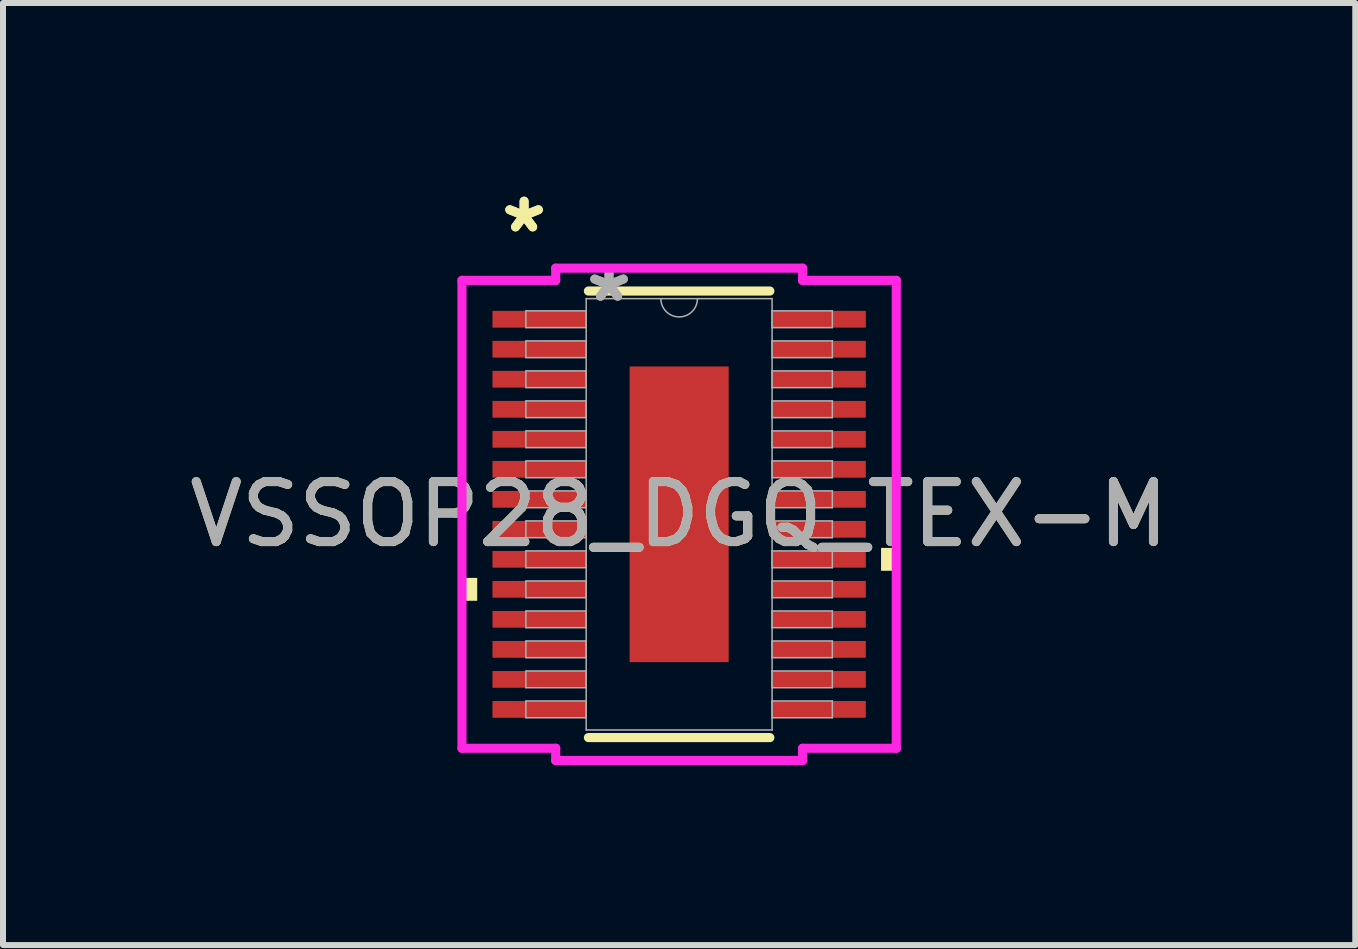
<source format=kicad_pcb>
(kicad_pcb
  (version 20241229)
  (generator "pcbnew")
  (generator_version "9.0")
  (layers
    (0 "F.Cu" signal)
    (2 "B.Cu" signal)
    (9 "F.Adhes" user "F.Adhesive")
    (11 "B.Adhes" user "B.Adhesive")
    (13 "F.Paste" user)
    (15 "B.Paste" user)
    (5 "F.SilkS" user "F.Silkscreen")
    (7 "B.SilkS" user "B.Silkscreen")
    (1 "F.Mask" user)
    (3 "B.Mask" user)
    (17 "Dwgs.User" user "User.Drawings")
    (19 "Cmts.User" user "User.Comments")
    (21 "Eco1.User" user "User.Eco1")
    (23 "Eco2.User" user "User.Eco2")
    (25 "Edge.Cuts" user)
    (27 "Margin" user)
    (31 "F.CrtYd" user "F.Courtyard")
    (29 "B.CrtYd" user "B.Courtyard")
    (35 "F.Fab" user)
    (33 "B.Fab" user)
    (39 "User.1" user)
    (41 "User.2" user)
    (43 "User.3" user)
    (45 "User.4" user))
  (footprint "VSSOP28_DGQ_TEX-M"
    (layer "F.Cu")
    (at 8.268 5.521)
    (property "Reference" "VSSOP28_DGQ_TEX-M" (at 0 0 0) (unlocked yes) (layer "F.SilkS") (effects (font (size 1 1) (thickness 0.15))))
    (attr smd)
    (fp_line (start -1.512 3.721) (end 1.512 3.721) (stroke (width 0.152) (type solid)) (layer "F.SilkS"))
    (fp_line (start 1.512 -3.721) (end -1.512 -3.721) (stroke (width 0.152) (type solid)) (layer "F.SilkS"))
    (fp_poly (pts (xy -3.619 1.06) (xy -3.619 1.441) (xy -3.365 1.441) (xy -3.365 1.06)) (stroke (width 0) (type solid)) (fill yes) (layer "F.SilkS"))
    (fp_poly (pts (xy 3.619 0.56) (xy 3.619 0.941) (xy 3.365 0.941) (xy 3.365 0.56)) (stroke (width 0) (type solid)) (fill yes) (layer "F.SilkS"))
    (fp_poly (pts (xy -0.726 -2.364) (xy -0.726 -0.921) (xy 0.726 -0.921) (xy 0.726 -2.364)) (stroke (width 0) (type solid)) (fill yes) (layer "F.Paste"))
    (fp_poly (pts (xy -0.726 -0.721) (xy -0.726 0.721) (xy 0.726 0.721) (xy 0.726 -0.721)) (stroke (width 0) (type solid)) (fill yes) (layer "F.Paste"))
    (fp_poly (pts (xy -0.726 0.921) (xy -0.726 2.364) (xy 0.726 2.364) (xy 0.726 0.921)) (stroke (width 0) (type solid)) (fill yes) (layer "F.Paste"))
    (fp_line (start -3.619 -3.899) (end -2.057 -3.899) (stroke (width 0.152) (type solid)) (layer "F.CrtYd"))
    (fp_line (start -3.619 3.899) (end -3.619 -3.899) (stroke (width 0.152) (type solid)) (layer "F.CrtYd"))
    (fp_line (start -3.619 3.899) (end -2.057 3.899) (stroke (width 0.152) (type solid)) (layer "F.CrtYd"))
    (fp_line (start -2.057 -4.102) (end 2.057 -4.102) (stroke (width 0.152) (type solid)) (layer "F.CrtYd"))
    (fp_line (start -2.057 -3.899) (end -2.057 -4.102) (stroke (width 0.152) (type solid)) (layer "F.CrtYd"))
    (fp_line (start -2.057 4.102) (end -2.057 3.899) (stroke (width 0.152) (type solid)) (layer "F.CrtYd"))
    (fp_line (start 2.057 -4.102) (end 2.057 -3.899) (stroke (width 0.152) (type solid)) (layer "F.CrtYd"))
    (fp_line (start 2.057 3.899) (end 2.057 4.102) (stroke (width 0.152) (type solid)) (layer "F.CrtYd"))
    (fp_line (start 2.057 4.102) (end -2.057 4.102) (stroke (width 0.152) (type solid)) (layer "F.CrtYd"))
    (fp_line (start 3.619 -3.899) (end 2.057 -3.899) (stroke (width 0.152) (type solid)) (layer "F.CrtYd"))
    (fp_line (start 3.619 -3.899) (end 3.619 3.899) (stroke (width 0.152) (type solid)) (layer "F.CrtYd"))
    (fp_line (start 3.619 3.899) (end 2.057 3.899) (stroke (width 0.152) (type solid)) (layer "F.CrtYd"))
    (fp_line (start -2.553 -3.391) (end -2.553 -3.111) (stroke (width 0.025) (type solid)) (layer "F.Fab"))
    (fp_line (start -2.553 -3.111) (end -1.549 -3.111) (stroke (width 0.025) (type solid)) (layer "F.Fab"))
    (fp_line (start -2.553 -2.89) (end -2.553 -2.611) (stroke (width 0.025) (type solid)) (layer "F.Fab"))
    (fp_line (start -2.553 -2.611) (end -1.549 -2.611) (stroke (width 0.025) (type solid)) (layer "F.Fab"))
    (fp_line (start -2.553 -2.39) (end -2.553 -2.111) (stroke (width 0.025) (type solid)) (layer "F.Fab"))
    (fp_line (start -2.553 -2.111) (end -1.549 -2.111) (stroke (width 0.025) (type solid)) (layer "F.Fab"))
    (fp_line (start -2.553 -1.89) (end -2.553 -1.611) (stroke (width 0.025) (type solid)) (layer "F.Fab"))
    (fp_line (start -2.553 -1.611) (end -1.549 -1.611) (stroke (width 0.025) (type solid)) (layer "F.Fab"))
    (fp_line (start -2.553 -1.39) (end -2.553 -1.111) (stroke (width 0.025) (type solid)) (layer "F.Fab"))
    (fp_line (start -2.553 -1.111) (end -1.549 -1.111) (stroke (width 0.025) (type solid)) (layer "F.Fab"))
    (fp_line (start -2.553 -0.89) (end -2.553 -0.61) (stroke (width 0.025) (type solid)) (layer "F.Fab"))
    (fp_line (start -2.553 -0.61) (end -1.549 -0.61) (stroke (width 0.025) (type solid)) (layer "F.Fab"))
    (fp_line (start -2.553 -0.39) (end -2.553 -0.11) (stroke (width 0.025) (type solid)) (layer "F.Fab"))
    (fp_line (start -2.553 -0.11) (end -1.549 -0.11) (stroke (width 0.025) (type solid)) (layer "F.Fab"))
    (fp_line (start -2.553 0.11) (end -2.553 0.39) (stroke (width 0.025) (type solid)) (layer "F.Fab"))
    (fp_line (start -2.553 0.39) (end -1.549 0.39) (stroke (width 0.025) (type solid)) (layer "F.Fab"))
    (fp_line (start -2.553 0.61) (end -2.553 0.89) (stroke (width 0.025) (type solid)) (layer "F.Fab"))
    (fp_line (start -2.553 0.89) (end -1.549 0.89) (stroke (width 0.025) (type solid)) (layer "F.Fab"))
    (fp_line (start -2.553 1.111) (end -2.553 1.39) (stroke (width 0.025) (type solid)) (layer "F.Fab"))
    (fp_line (start -2.553 1.39) (end -1.549 1.39) (stroke (width 0.025) (type solid)) (layer "F.Fab"))
    (fp_line (start -2.553 1.611) (end -2.553 1.89) (stroke (width 0.025) (type solid)) (layer "F.Fab"))
    (fp_line (start -2.553 1.89) (end -1.549 1.89) (stroke (width 0.025) (type solid)) (layer "F.Fab"))
    (fp_line (start -2.553 2.111) (end -2.553 2.39) (stroke (width 0.025) (type solid)) (layer "F.Fab"))
    (fp_line (start -2.553 2.39) (end -1.549 2.39) (stroke (width 0.025) (type solid)) (layer "F.Fab"))
    (fp_line (start -2.553 2.611) (end -2.553 2.89) (stroke (width 0.025) (type solid)) (layer "F.Fab"))
    (fp_line (start -2.553 2.89) (end -1.549 2.89) (stroke (width 0.025) (type solid)) (layer "F.Fab"))
    (fp_line (start -2.553 3.111) (end -2.553 3.391) (stroke (width 0.025) (type solid)) (layer "F.Fab"))
    (fp_line (start -2.553 3.391) (end -1.549 3.391) (stroke (width 0.025) (type solid)) (layer "F.Fab"))
    (fp_line (start -1.549 -3.594) (end -1.549 3.594) (stroke (width 0.025) (type solid)) (layer "F.Fab"))
    (fp_line (start -1.549 -3.391) (end -2.553 -3.391) (stroke (width 0.025) (type solid)) (layer "F.Fab"))
    (fp_line (start -1.549 -3.111) (end -1.549 -3.391) (stroke (width 0.025) (type solid)) (layer "F.Fab"))
    (fp_line (start -1.549 -2.89) (end -2.553 -2.89) (stroke (width 0.025) (type solid)) (layer "F.Fab"))
    (fp_line (start -1.549 -2.611) (end -1.549 -2.89) (stroke (width 0.025) (type solid)) (layer "F.Fab"))
    (fp_line (start -1.549 -2.39) (end -2.553 -2.39) (stroke (width 0.025) (type solid)) (layer "F.Fab"))
    (fp_line (start -1.549 -2.111) (end -1.549 -2.39) (stroke (width 0.025) (type solid)) (layer "F.Fab"))
    (fp_line (start -1.549 -1.89) (end -2.553 -1.89) (stroke (width 0.025) (type solid)) (layer "F.Fab"))
    (fp_line (start -1.549 -1.611) (end -1.549 -1.89) (stroke (width 0.025) (type solid)) (layer "F.Fab"))
    (fp_line (start -1.549 -1.39) (end -2.553 -1.39) (stroke (width 0.025) (type solid)) (layer "F.Fab"))
    (fp_line (start -1.549 -1.111) (end -1.549 -1.39) (stroke (width 0.025) (type solid)) (layer "F.Fab"))
    (fp_line (start -1.549 -0.89) (end -2.553 -0.89) (stroke (width 0.025) (type solid)) (layer "F.Fab"))
    (fp_line (start -1.549 -0.61) (end -1.549 -0.89) (stroke (width 0.025) (type solid)) (layer "F.Fab"))
    (fp_line (start -1.549 -0.39) (end -2.553 -0.39) (stroke (width 0.025) (type solid)) (layer "F.Fab"))
    (fp_line (start -1.549 -0.11) (end -1.549 -0.39) (stroke (width 0.025) (type solid)) (layer "F.Fab"))
    (fp_line (start -1.549 0.11) (end -2.553 0.11) (stroke (width 0.025) (type solid)) (layer "F.Fab"))
    (fp_line (start -1.549 0.39) (end -1.549 0.11) (stroke (width 0.025) (type solid)) (layer "F.Fab"))
    (fp_line (start -1.549 0.61) (end -2.553 0.61) (stroke (width 0.025) (type solid)) (layer "F.Fab"))
    (fp_line (start -1.549 0.89) (end -1.549 0.61) (stroke (width 0.025) (type solid)) (layer "F.Fab"))
    (fp_line (start -1.549 1.111) (end -2.553 1.111) (stroke (width 0.025) (type solid)) (layer "F.Fab"))
    (fp_line (start -1.549 1.39) (end -1.549 1.111) (stroke (width 0.025) (type solid)) (layer "F.Fab"))
    (fp_line (start -1.549 1.611) (end -2.553 1.611) (stroke (width 0.025) (type solid)) (layer "F.Fab"))
    (fp_line (start -1.549 1.89) (end -1.549 1.611) (stroke (width 0.025) (type solid)) (layer "F.Fab"))
    (fp_line (start -1.549 2.111) (end -2.553 2.111) (stroke (width 0.025) (type solid)) (layer "F.Fab"))
    (fp_line (start -1.549 2.39) (end -1.549 2.111) (stroke (width 0.025) (type solid)) (layer "F.Fab"))
    (fp_line (start -1.549 2.611) (end -2.553 2.611) (stroke (width 0.025) (type solid)) (layer "F.Fab"))
    (fp_line (start -1.549 2.89) (end -1.549 2.611) (stroke (width 0.025) (type solid)) (layer "F.Fab"))
    (fp_line (start -1.549 3.111) (end -2.553 3.111) (stroke (width 0.025) (type solid)) (layer "F.Fab"))
    (fp_line (start -1.549 3.391) (end -1.549 3.111) (stroke (width 0.025) (type solid)) (layer "F.Fab"))
    (fp_line (start -1.549 3.594) (end 1.549 3.594) (stroke (width 0.025) (type solid)) (layer "F.Fab"))
    (fp_line (start 1.549 -3.594) (end -1.549 -3.594) (stroke (width 0.025) (type solid)) (layer "F.Fab"))
    (fp_line (start 1.549 -3.391) (end 1.549 -3.111) (stroke (width 0.025) (type solid)) (layer "F.Fab"))
    (fp_line (start 1.549 -3.111) (end 2.553 -3.111) (stroke (width 0.025) (type solid)) (layer "F.Fab"))
    (fp_line (start 1.549 -2.89) (end 1.549 -2.611) (stroke (width 0.025) (type solid)) (layer "F.Fab"))
    (fp_line (start 1.549 -2.611) (end 2.553 -2.611) (stroke (width 0.025) (type solid)) (layer "F.Fab"))
    (fp_line (start 1.549 -2.39) (end 1.549 -2.111) (stroke (width 0.025) (type solid)) (layer "F.Fab"))
    (fp_line (start 1.549 -2.111) (end 2.553 -2.111) (stroke (width 0.025) (type solid)) (layer "F.Fab"))
    (fp_line (start 1.549 -1.89) (end 1.549 -1.611) (stroke (width 0.025) (type solid)) (layer "F.Fab"))
    (fp_line (start 1.549 -1.611) (end 2.553 -1.611) (stroke (width 0.025) (type solid)) (layer "F.Fab"))
    (fp_line (start 1.549 -1.39) (end 1.549 -1.111) (stroke (width 0.025) (type solid)) (layer "F.Fab"))
    (fp_line (start 1.549 -1.111) (end 2.553 -1.111) (stroke (width 0.025) (type solid)) (layer "F.Fab"))
    (fp_line (start 1.549 -0.89) (end 1.549 -0.61) (stroke (width 0.025) (type solid)) (layer "F.Fab"))
    (fp_line (start 1.549 -0.61) (end 2.553 -0.61) (stroke (width 0.025) (type solid)) (layer "F.Fab"))
    (fp_line (start 1.549 -0.39) (end 1.549 -0.11) (stroke (width 0.025) (type solid)) (layer "F.Fab"))
    (fp_line (start 1.549 -0.11) (end 2.553 -0.11) (stroke (width 0.025) (type solid)) (layer "F.Fab"))
    (fp_line (start 1.549 0.11) (end 1.549 0.39) (stroke (width 0.025) (type solid)) (layer "F.Fab"))
    (fp_line (start 1.549 0.39) (end 2.553 0.39) (stroke (width 0.025) (type solid)) (layer "F.Fab"))
    (fp_line (start 1.549 0.61) (end 1.549 0.89) (stroke (width 0.025) (type solid)) (layer "F.Fab"))
    (fp_line (start 1.549 0.89) (end 2.553 0.89) (stroke (width 0.025) (type solid)) (layer "F.Fab"))
    (fp_line (start 1.549 1.111) (end 1.549 1.39) (stroke (width 0.025) (type solid)) (layer "F.Fab"))
    (fp_line (start 1.549 1.39) (end 2.553 1.39) (stroke (width 0.025) (type solid)) (layer "F.Fab"))
    (fp_line (start 1.549 1.611) (end 1.549 1.89) (stroke (width 0.025) (type solid)) (layer "F.Fab"))
    (fp_line (start 1.549 1.89) (end 2.553 1.89) (stroke (width 0.025) (type solid)) (layer "F.Fab"))
    (fp_line (start 1.549 2.111) (end 1.549 2.39) (stroke (width 0.025) (type solid)) (layer "F.Fab"))
    (fp_line (start 1.549 2.39) (end 2.553 2.39) (stroke (width 0.025) (type solid)) (layer "F.Fab"))
    (fp_line (start 1.549 2.611) (end 1.549 2.89) (stroke (width 0.025) (type solid)) (layer "F.Fab"))
    (fp_line (start 1.549 2.89) (end 2.553 2.89) (stroke (width 0.025) (type solid)) (layer "F.Fab"))
    (fp_line (start 1.549 3.111) (end 1.549 3.391) (stroke (width 0.025) (type solid)) (layer "F.Fab"))
    (fp_line (start 1.549 3.391) (end 2.553 3.391) (stroke (width 0.025) (type solid)) (layer "F.Fab"))
    (fp_line (start 1.549 3.594) (end 1.549 -3.594) (stroke (width 0.025) (type solid)) (layer "F.Fab"))
    (fp_line (start 2.553 -3.391) (end 1.549 -3.391) (stroke (width 0.025) (type solid)) (layer "F.Fab"))
    (fp_line (start 2.553 -3.111) (end 2.553 -3.391) (stroke (width 0.025) (type solid)) (layer "F.Fab"))
    (fp_line (start 2.553 -2.89) (end 1.549 -2.89) (stroke (width 0.025) (type solid)) (layer "F.Fab"))
    (fp_line (start 2.553 -2.611) (end 2.553 -2.89) (stroke (width 0.025) (type solid)) (layer "F.Fab"))
    (fp_line (start 2.553 -2.39) (end 1.549 -2.39) (stroke (width 0.025) (type solid)) (layer "F.Fab"))
    (fp_line (start 2.553 -2.111) (end 2.553 -2.39) (stroke (width 0.025) (type solid)) (layer "F.Fab"))
    (fp_line (start 2.553 -1.89) (end 1.549 -1.89) (stroke (width 0.025) (type solid)) (layer "F.Fab"))
    (fp_line (start 2.553 -1.611) (end 2.553 -1.89) (stroke (width 0.025) (type solid)) (layer "F.Fab"))
    (fp_line (start 2.553 -1.39) (end 1.549 -1.39) (stroke (width 0.025) (type solid)) (layer "F.Fab"))
    (fp_line (start 2.553 -1.111) (end 2.553 -1.39) (stroke (width 0.025) (type solid)) (layer "F.Fab"))
    (fp_line (start 2.553 -0.89) (end 1.549 -0.89) (stroke (width 0.025) (type solid)) (layer "F.Fab"))
    (fp_line (start 2.553 -0.61) (end 2.553 -0.89) (stroke (width 0.025) (type solid)) (layer "F.Fab"))
    (fp_line (start 2.553 -0.39) (end 1.549 -0.39) (stroke (width 0.025) (type solid)) (layer "F.Fab"))
    (fp_line (start 2.553 -0.11) (end 2.553 -0.39) (stroke (width 0.025) (type solid)) (layer "F.Fab"))
    (fp_line (start 2.553 0.11) (end 1.549 0.11) (stroke (width 0.025) (type solid)) (layer "F.Fab"))
    (fp_line (start 2.553 0.39) (end 2.553 0.11) (stroke (width 0.025) (type solid)) (layer "F.Fab"))
    (fp_line (start 2.553 0.61) (end 1.549 0.61) (stroke (width 0.025) (type solid)) (layer "F.Fab"))
    (fp_line (start 2.553 0.89) (end 2.553 0.61) (stroke (width 0.025) (type solid)) (layer "F.Fab"))
    (fp_line (start 2.553 1.111) (end 1.549 1.111) (stroke (width 0.025) (type solid)) (layer "F.Fab"))
    (fp_line (start 2.553 1.39) (end 2.553 1.111) (stroke (width 0.025) (type solid)) (layer "F.Fab"))
    (fp_line (start 2.553 1.611) (end 1.549 1.611) (stroke (width 0.025) (type solid)) (layer "F.Fab"))
    (fp_line (start 2.553 1.89) (end 2.553 1.611) (stroke (width 0.025) (type solid)) (layer "F.Fab"))
    (fp_line (start 2.553 2.111) (end 1.549 2.111) (stroke (width 0.025) (type solid)) (layer "F.Fab"))
    (fp_line (start 2.553 2.39) (end 2.553 2.111) (stroke (width 0.025) (type solid)) (layer "F.Fab"))
    (fp_line (start 2.553 2.611) (end 1.549 2.611) (stroke (width 0.025) (type solid)) (layer "F.Fab"))
    (fp_line (start 2.553 2.89) (end 2.553 2.611) (stroke (width 0.025) (type solid)) (layer "F.Fab"))
    (fp_line (start 2.553 3.111) (end 1.549 3.111) (stroke (width 0.025) (type solid)) (layer "F.Fab"))
    (fp_line (start 2.553 3.391) (end 2.553 3.111) (stroke (width 0.025) (type solid)) (layer "F.Fab"))
    (fp_arc (start 0.3048 -3.5941) (mid 0 -3.2893) (end -0.3048 -3.5941) (stroke (width 0.0254) (type solid)) (layer "F.Fab"))
    (fp_text user "*" (at -2.584 -4.673 0) (unlocked yes) (layer "F.SilkS") (effects (font (size 1 1) (thickness 0.15))))
    (fp_text user "*" (at -2.584 -4.673 0) (layer "F.SilkS") (effects (font (size 1 1) (thickness 0.15))))
    (fp_text user "*" (at -1.168 -3.518 0) (unlocked yes) (layer "F.Fab") (effects (font (size 1 1) (thickness 0.15))))
    (fp_text user "*" (at -1.168 -3.518 0) (layer "F.Fab") (effects (font (size 1 1) (thickness 0.15))))
    (fp_text user "${REFERENCE}" (at 0 0 0) (unlocked yes) (layer "F.Fab") (effects (font (size 1 1) (thickness 0.15))))
    (pad "1" smd rect (at -2.33 -3.251) (size 1.562 0.279) (layers "F.Cu" "F.Mask" "F.Paste"))
    (pad "2" smd rect (at -2.33 -2.751) (size 1.562 0.279) (layers "F.Cu" "F.Mask" "F.Paste"))
    (pad "3" smd rect (at -2.33 -2.251) (size 1.562 0.279) (layers "F.Cu" "F.Mask" "F.Paste"))
    (pad "4" smd rect (at -2.33 -1.75) (size 1.562 0.279) (layers "F.Cu" "F.Mask" "F.Paste"))
    (pad "5" smd rect (at -2.33 -1.25) (size 1.562 0.279) (layers "F.Cu" "F.Mask" "F.Paste"))
    (pad "6" smd rect (at -2.33 -0.75) (size 1.562 0.279) (layers "F.Cu" "F.Mask" "F.Paste"))
    (pad "7" smd rect (at -2.33 -0.25) (size 1.562 0.279) (layers "F.Cu" "F.Mask" "F.Paste"))
    (pad "8" smd rect (at -2.33 0.25) (size 1.562 0.279) (layers "F.Cu" "F.Mask" "F.Paste"))
    (pad "9" smd rect (at -2.33 0.75) (size 1.562 0.279) (layers "F.Cu" "F.Mask" "F.Paste"))
    (pad "10" smd rect (at -2.33 1.25) (size 1.562 0.279) (layers "F.Cu" "F.Mask" "F.Paste"))
    (pad "11" smd rect (at -2.33 1.75) (size 1.562 0.279) (layers "F.Cu" "F.Mask" "F.Paste"))
    (pad "12" smd rect (at -2.33 2.251) (size 1.562 0.279) (layers "F.Cu" "F.Mask" "F.Paste"))
    (pad "13" smd rect (at -2.33 2.751) (size 1.562 0.279) (layers "F.Cu" "F.Mask" "F.Paste"))
    (pad "14" smd rect (at -2.33 3.251) (size 1.562 0.279) (layers "F.Cu" "F.Mask" "F.Paste"))
    (pad "15" smd rect (at 2.33 3.251) (size 1.562 0.279) (layers "F.Cu" "F.Mask" "F.Paste"))
    (pad "16" smd rect (at 2.33 2.751) (size 1.562 0.279) (layers "F.Cu" "F.Mask" "F.Paste"))
    (pad "17" smd rect (at 2.33 2.251) (size 1.562 0.279) (layers "F.Cu" "F.Mask" "F.Paste"))
    (pad "18" smd rect (at 2.33 1.75) (size 1.562 0.279) (layers "F.Cu" "F.Mask" "F.Paste"))
    (pad "19" smd rect (at 2.33 1.25) (size 1.562 0.279) (layers "F.Cu" "F.Mask" "F.Paste"))
    (pad "20" smd rect (at 2.33 0.75) (size 1.562 0.279) (layers "F.Cu" "F.Mask" "F.Paste"))
    (pad "21" smd rect (at 2.33 0.25) (size 1.562 0.279) (layers "F.Cu" "F.Mask" "F.Paste"))
    (pad "22" smd rect (at 2.33 -0.25) (size 1.562 0.279) (layers "F.Cu" "F.Mask" "F.Paste"))
    (pad "23" smd rect (at 2.33 -0.75) (size 1.562 0.279) (layers "F.Cu" "F.Mask" "F.Paste"))
    (pad "24" smd rect (at 2.33 -1.25) (size 1.562 0.279) (layers "F.Cu" "F.Mask" "F.Paste"))
    (pad "25" smd rect (at 2.33 -1.75) (size 1.562 0.279) (layers "F.Cu" "F.Mask" "F.Paste"))
    (pad "26" smd rect (at 2.33 -2.251) (size 1.562 0.279) (layers "F.Cu" "F.Mask" "F.Paste"))
    (pad "27" smd rect (at 2.33 -2.751) (size 1.562 0.279) (layers "F.Cu" "F.Mask" "F.Paste"))
    (pad "28" smd rect (at 2.33 -3.251) (size 1.562 0.279) (layers "F.Cu" "F.Mask" "F.Paste"))
    (pad "EPAD" smd rect (at 0 0) (size 1.651 4.928) (layers "F.Cu" "F.Mask")))
  (gr_rect
    (start -3 -3)
    (end 19.536 12.7)
    (stroke (width 0.1) (type default))
    (fill no)
    (layer "Edge.Cuts")))
</source>
